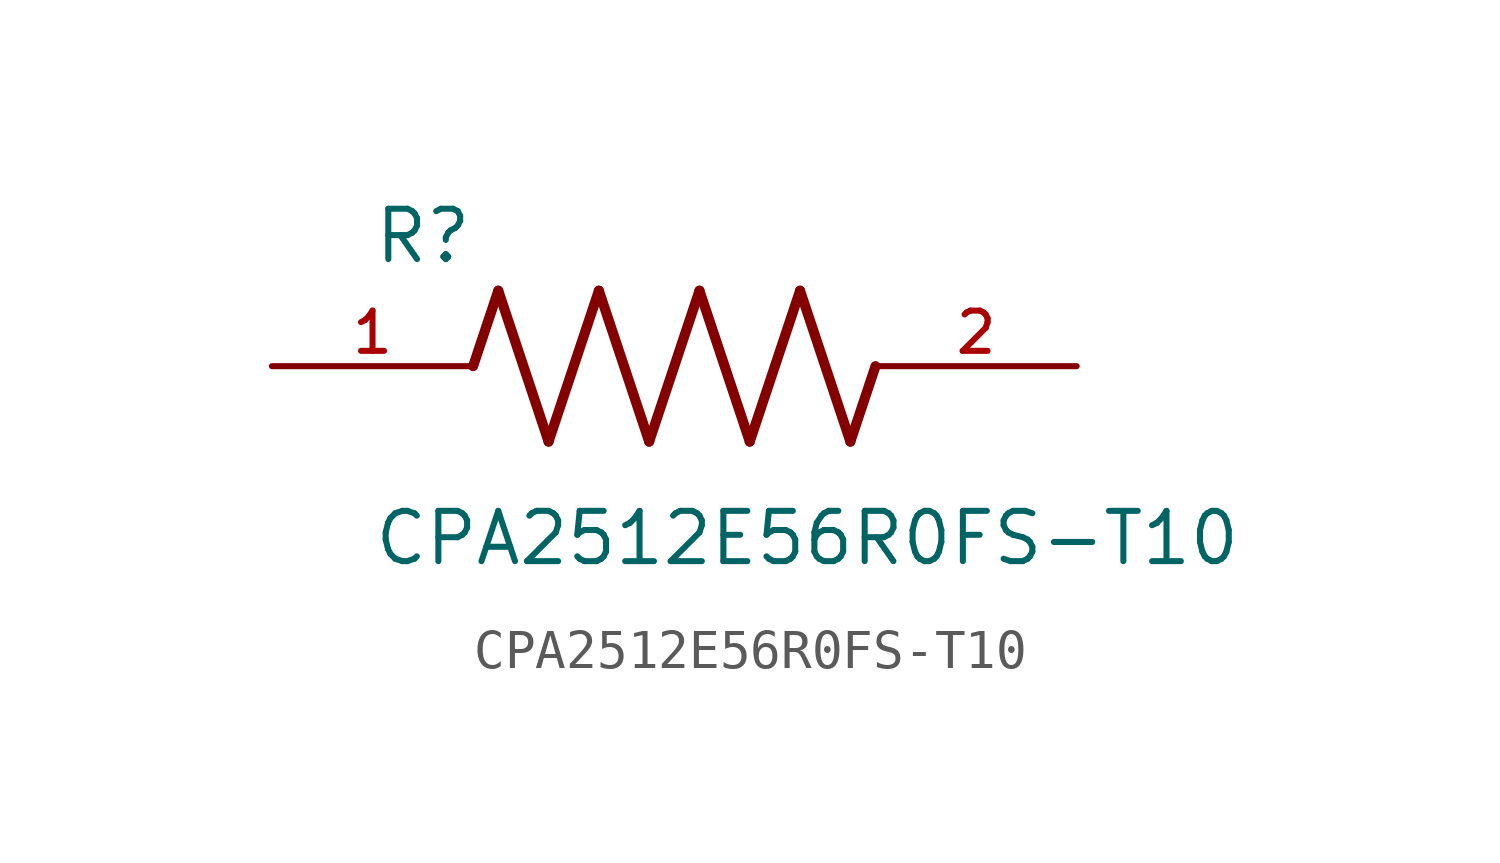
<source format=kicad_sym>
(kicad_symbol_lib
  (version 20211014)
  (generator kicad_symbol_editor)
  (symbol "CPA2512E56R0FS-T10"
    (pin_names
      (offset 1.016))
    (property "Reference" "R"
      (at -7.624 2.541 0)
      (effects (font (size 1.27 1.27)) (justify bottom left)))
    (property "Value" "CPA2512E56R0FS-T10"
      (at -7.63 -5.087 0)
      (effects (font (size 1.27 1.27)) (justify bottom left)))
    (symbol "CPA2512E56R0FS-T10_0_0"
      (polyline (pts (xy -5.08 0.0) (xy -4.445 1.905)) (stroke (width 0.254)))
      (polyline (pts (xy -4.445 1.905) (xy -3.175 -1.905)) (stroke (width 0.254)))
      (polyline (pts (xy -3.175 -1.905) (xy -1.905 1.905)) (stroke (width 0.254)))
      (polyline (pts (xy -1.905 1.905) (xy -0.635 -1.905)) (stroke (width 0.254)))
      (polyline (pts (xy -0.635 -1.905) (xy 0.635 1.905)) (stroke (width 0.254)))
      (polyline (pts (xy 0.635 1.905) (xy 1.905 -1.905)) (stroke (width 0.254)))
      (polyline (pts (xy 1.905 -1.905) (xy 3.175 1.905)) (stroke (width 0.254)))
      (polyline (pts (xy 3.175 1.905) (xy 4.445 -1.905)) (stroke (width 0.254)))
      (polyline (pts (xy 4.445 -1.905) (xy 5.08 0.0)) (stroke (width 0.254)))
      (pin passive line (at -10.16 0.0 0) (length 5.08) (name "~" (effects (font (size 1.016 1.016)))) (number "1" (effects (font (size 1.016 1.016)))))
      (pin passive line (at 10.16 0.0 180.0) (length 5.08) (name "~" (effects (font (size 1.016 1.016)))) (number "2" (effects (font (size 1.016 1.016))))))))
</source>
